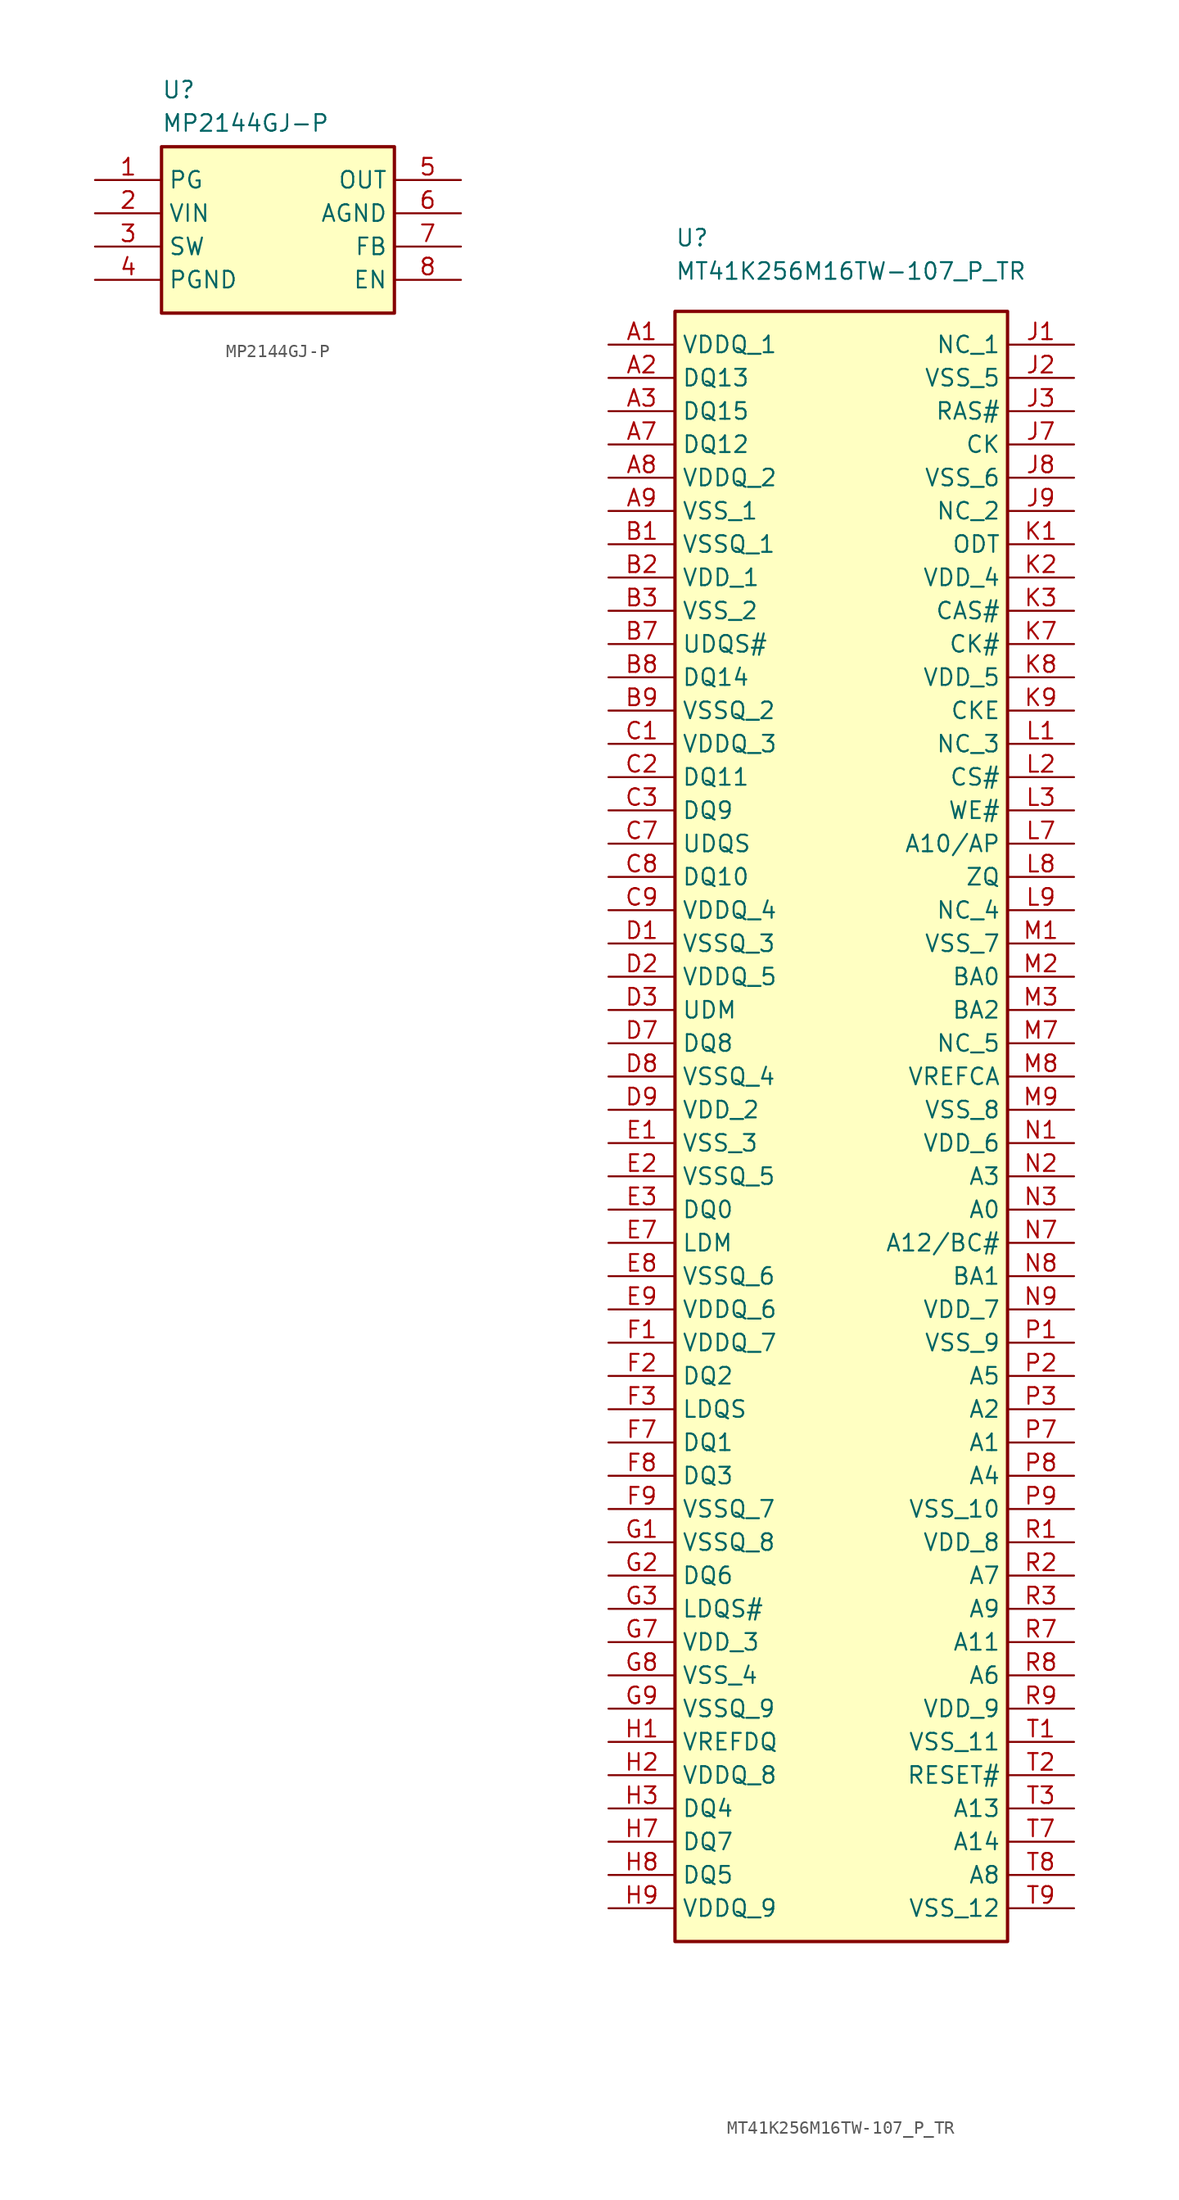
<source format=kicad_sym>
(kicad_symbol_lib
  (version 20241209)
  (generator "kicad_symbol_editor")
  (generator_version "9.0")
  (symbol "MP2144GJ-P"
    (property "Reference" "U"
      (at 5.08 7.62 0)
      (effects (font (size 1.27 1.27)) (justify left top)))
    (property "Value" "MP2144GJ-P"
      (at 5.08 5.08 0)
      (effects (font (size 1.27 1.27)) (justify left top)))
    (symbol "MP2144GJ-P_1_1"
      (rectangle (start 5.08 2.54) (end 22.86 -10.16) (stroke (width 0.254) (type default)) (fill (type background)))
      (pin passive line (at 0 0 0) (length 5.08) (name "PG" (effects (font (size 1.27 1.27)))) (number "1" (effects (font (size 1.27 1.27)))))
      (pin passive line (at 0 -2.54 0) (length 5.08) (name "VIN" (effects (font (size 1.27 1.27)))) (number "2" (effects (font (size 1.27 1.27)))))
      (pin passive line (at 0 -5.08 0) (length 5.08) (name "SW" (effects (font (size 1.27 1.27)))) (number "3" (effects (font (size 1.27 1.27)))))
      (pin passive line (at 0 -7.62 0) (length 5.08) (name "PGND" (effects (font (size 1.27 1.27)))) (number "4" (effects (font (size 1.27 1.27)))))
      (pin passive line (at 27.94 0 180) (length 5.08) (name "OUT" (effects (font (size 1.27 1.27)))) (number "5" (effects (font (size 1.27 1.27)))))
      (pin passive line (at 27.94 -2.54 180) (length 5.08) (name "AGND" (effects (font (size 1.27 1.27)))) (number "6" (effects (font (size 1.27 1.27)))))
      (pin passive line (at 27.94 -5.08 180) (length 5.08) (name "FB" (effects (font (size 1.27 1.27)))) (number "7" (effects (font (size 1.27 1.27)))))
      (pin passive line (at 27.94 -7.62 180) (length 5.08) (name "EN" (effects (font (size 1.27 1.27)))) (number "8" (effects (font (size 1.27 1.27)))))))
  (symbol "MT41K256M16TW-107_P_TR"
    (property "Reference" "U"
      (at 5.08 8.89 0)
      (effects (font (size 1.27 1.27)) (justify left top)))
    (property "Value" "MT41K256M16TW-107_P_TR"
      (at 5.08 6.35 0)
      (effects (font (size 1.27 1.27)) (justify left top)))
    (symbol "MT41K256M16TW-107_P_TR_1_1"
      (rectangle (start 5.08 2.54) (end 30.48 -121.92) (stroke (width 0.254) (type default)) (fill (type background)))
      (pin passive line (at 0 0 0) (length 5.08) (name "VDDQ_1" (effects (font (size 1.27 1.27)))) (number "A1" (effects (font (size 1.27 1.27)))))
      (pin passive line (at 0 -2.54 0) (length 5.08) (name "DQ13" (effects (font (size 1.27 1.27)))) (number "A2" (effects (font (size 1.27 1.27)))))
      (pin passive line (at 0 -5.08 0) (length 5.08) (name "DQ15" (effects (font (size 1.27 1.27)))) (number "A3" (effects (font (size 1.27 1.27)))))
      (pin passive line (at 0 -7.62 0) (length 5.08) (name "DQ12" (effects (font (size 1.27 1.27)))) (number "A7" (effects (font (size 1.27 1.27)))))
      (pin passive line (at 0 -10.16 0) (length 5.08) (name "VDDQ_2" (effects (font (size 1.27 1.27)))) (number "A8" (effects (font (size 1.27 1.27)))))
      (pin passive line (at 0 -12.7 0) (length 5.08) (name "VSS_1" (effects (font (size 1.27 1.27)))) (number "A9" (effects (font (size 1.27 1.27)))))
      (pin passive line (at 0 -15.24 0) (length 5.08) (name "VSSQ_1" (effects (font (size 1.27 1.27)))) (number "B1" (effects (font (size 1.27 1.27)))))
      (pin passive line (at 0 -17.78 0) (length 5.08) (name "VDD_1" (effects (font (size 1.27 1.27)))) (number "B2" (effects (font (size 1.27 1.27)))))
      (pin passive line (at 0 -20.32 0) (length 5.08) (name "VSS_2" (effects (font (size 1.27 1.27)))) (number "B3" (effects (font (size 1.27 1.27)))))
      (pin passive line (at 0 -22.86 0) (length 5.08) (name "UDQS#" (effects (font (size 1.27 1.27)))) (number "B7" (effects (font (size 1.27 1.27)))))
      (pin passive line (at 0 -25.4 0) (length 5.08) (name "DQ14" (effects (font (size 1.27 1.27)))) (number "B8" (effects (font (size 1.27 1.27)))))
      (pin passive line (at 0 -27.94 0) (length 5.08) (name "VSSQ_2" (effects (font (size 1.27 1.27)))) (number "B9" (effects (font (size 1.27 1.27)))))
      (pin passive line (at 0 -30.48 0) (length 5.08) (name "VDDQ_3" (effects (font (size 1.27 1.27)))) (number "C1" (effects (font (size 1.27 1.27)))))
      (pin passive line (at 0 -33.02 0) (length 5.08) (name "DQ11" (effects (font (size 1.27 1.27)))) (number "C2" (effects (font (size 1.27 1.27)))))
      (pin passive line (at 0 -35.56 0) (length 5.08) (name "DQ9" (effects (font (size 1.27 1.27)))) (number "C3" (effects (font (size 1.27 1.27)))))
      (pin passive line (at 0 -38.1 0) (length 5.08) (name "UDQS" (effects (font (size 1.27 1.27)))) (number "C7" (effects (font (size 1.27 1.27)))))
      (pin passive line (at 0 -40.64 0) (length 5.08) (name "DQ10" (effects (font (size 1.27 1.27)))) (number "C8" (effects (font (size 1.27 1.27)))))
      (pin passive line (at 0 -43.18 0) (length 5.08) (name "VDDQ_4" (effects (font (size 1.27 1.27)))) (number "C9" (effects (font (size 1.27 1.27)))))
      (pin passive line (at 0 -45.72 0) (length 5.08) (name "VSSQ_3" (effects (font (size 1.27 1.27)))) (number "D1" (effects (font (size 1.27 1.27)))))
      (pin passive line (at 0 -48.26 0) (length 5.08) (name "VDDQ_5" (effects (font (size 1.27 1.27)))) (number "D2" (effects (font (size 1.27 1.27)))))
      (pin passive line (at 0 -50.8 0) (length 5.08) (name "UDM" (effects (font (size 1.27 1.27)))) (number "D3" (effects (font (size 1.27 1.27)))))
      (pin passive line (at 0 -53.34 0) (length 5.08) (name "DQ8" (effects (font (size 1.27 1.27)))) (number "D7" (effects (font (size 1.27 1.27)))))
      (pin passive line (at 0 -55.88 0) (length 5.08) (name "VSSQ_4" (effects (font (size 1.27 1.27)))) (number "D8" (effects (font (size 1.27 1.27)))))
      (pin passive line (at 0 -58.42 0) (length 5.08) (name "VDD_2" (effects (font (size 1.27 1.27)))) (number "D9" (effects (font (size 1.27 1.27)))))
      (pin passive line (at 0 -60.96 0) (length 5.08) (name "VSS_3" (effects (font (size 1.27 1.27)))) (number "E1" (effects (font (size 1.27 1.27)))))
      (pin passive line (at 0 -63.5 0) (length 5.08) (name "VSSQ_5" (effects (font (size 1.27 1.27)))) (number "E2" (effects (font (size 1.27 1.27)))))
      (pin passive line (at 0 -66.04 0) (length 5.08) (name "DQ0" (effects (font (size 1.27 1.27)))) (number "E3" (effects (font (size 1.27 1.27)))))
      (pin passive line (at 0 -68.58 0) (length 5.08) (name "LDM" (effects (font (size 1.27 1.27)))) (number "E7" (effects (font (size 1.27 1.27)))))
      (pin passive line (at 0 -71.12 0) (length 5.08) (name "VSSQ_6" (effects (font (size 1.27 1.27)))) (number "E8" (effects (font (size 1.27 1.27)))))
      (pin passive line (at 0 -73.66 0) (length 5.08) (name "VDDQ_6" (effects (font (size 1.27 1.27)))) (number "E9" (effects (font (size 1.27 1.27)))))
      (pin passive line (at 0 -76.2 0) (length 5.08) (name "VDDQ_7" (effects (font (size 1.27 1.27)))) (number "F1" (effects (font (size 1.27 1.27)))))
      (pin passive line (at 0 -78.74 0) (length 5.08) (name "DQ2" (effects (font (size 1.27 1.27)))) (number "F2" (effects (font (size 1.27 1.27)))))
      (pin passive line (at 0 -81.28 0) (length 5.08) (name "LDQS" (effects (font (size 1.27 1.27)))) (number "F3" (effects (font (size 1.27 1.27)))))
      (pin passive line (at 0 -83.82 0) (length 5.08) (name "DQ1" (effects (font (size 1.27 1.27)))) (number "F7" (effects (font (size 1.27 1.27)))))
      (pin passive line (at 0 -86.36 0) (length 5.08) (name "DQ3" (effects (font (size 1.27 1.27)))) (number "F8" (effects (font (size 1.27 1.27)))))
      (pin passive line (at 0 -88.9 0) (length 5.08) (name "VSSQ_7" (effects (font (size 1.27 1.27)))) (number "F9" (effects (font (size 1.27 1.27)))))
      (pin passive line (at 0 -91.44 0) (length 5.08) (name "VSSQ_8" (effects (font (size 1.27 1.27)))) (number "G1" (effects (font (size 1.27 1.27)))))
      (pin passive line (at 0 -93.98 0) (length 5.08) (name "DQ6" (effects (font (size 1.27 1.27)))) (number "G2" (effects (font (size 1.27 1.27)))))
      (pin passive line (at 0 -96.52 0) (length 5.08) (name "LDQS#" (effects (font (size 1.27 1.27)))) (number "G3" (effects (font (size 1.27 1.27)))))
      (pin passive line (at 0 -99.06 0) (length 5.08) (name "VDD_3" (effects (font (size 1.27 1.27)))) (number "G7" (effects (font (size 1.27 1.27)))))
      (pin passive line (at 0 -101.6 0) (length 5.08) (name "VSS_4" (effects (font (size 1.27 1.27)))) (number "G8" (effects (font (size 1.27 1.27)))))
      (pin passive line (at 0 -104.14 0) (length 5.08) (name "VSSQ_9" (effects (font (size 1.27 1.27)))) (number "G9" (effects (font (size 1.27 1.27)))))
      (pin passive line (at 0 -106.68 0) (length 5.08) (name "VREFDQ" (effects (font (size 1.27 1.27)))) (number "H1" (effects (font (size 1.27 1.27)))))
      (pin passive line (at 0 -109.22 0) (length 5.08) (name "VDDQ_8" (effects (font (size 1.27 1.27)))) (number "H2" (effects (font (size 1.27 1.27)))))
      (pin passive line (at 0 -111.76 0) (length 5.08) (name "DQ4" (effects (font (size 1.27 1.27)))) (number "H3" (effects (font (size 1.27 1.27)))))
      (pin passive line (at 0 -114.3 0) (length 5.08) (name "DQ7" (effects (font (size 1.27 1.27)))) (number "H7" (effects (font (size 1.27 1.27)))))
      (pin passive line (at 0 -116.84 0) (length 5.08) (name "DQ5" (effects (font (size 1.27 1.27)))) (number "H8" (effects (font (size 1.27 1.27)))))
      (pin passive line (at 0 -119.38 0) (length 5.08) (name "VDDQ_9" (effects (font (size 1.27 1.27)))) (number "H9" (effects (font (size 1.27 1.27)))))
      (pin passive line (at 35.56 0 180) (length 5.08) (name "NC_1" (effects (font (size 1.27 1.27)))) (number "J1" (effects (font (size 1.27 1.27)))))
      (pin passive line (at 35.56 -2.54 180) (length 5.08) (name "VSS_5" (effects (font (size 1.27 1.27)))) (number "J2" (effects (font (size 1.27 1.27)))))
      (pin passive line (at 35.56 -5.08 180) (length 5.08) (name "RAS#" (effects (font (size 1.27 1.27)))) (number "J3" (effects (font (size 1.27 1.27)))))
      (pin passive line (at 35.56 -7.62 180) (length 5.08) (name "CK" (effects (font (size 1.27 1.27)))) (number "J7" (effects (font (size 1.27 1.27)))))
      (pin passive line (at 35.56 -10.16 180) (length 5.08) (name "VSS_6" (effects (font (size 1.27 1.27)))) (number "J8" (effects (font (size 1.27 1.27)))))
      (pin passive line (at 35.56 -12.7 180) (length 5.08) (name "NC_2" (effects (font (size 1.27 1.27)))) (number "J9" (effects (font (size 1.27 1.27)))))
      (pin passive line (at 35.56 -15.24 180) (length 5.08) (name "ODT" (effects (font (size 1.27 1.27)))) (number "K1" (effects (font (size 1.27 1.27)))))
      (pin passive line (at 35.56 -17.78 180) (length 5.08) (name "VDD_4" (effects (font (size 1.27 1.27)))) (number "K2" (effects (font (size 1.27 1.27)))))
      (pin passive line (at 35.56 -20.32 180) (length 5.08) (name "CAS#" (effects (font (size 1.27 1.27)))) (number "K3" (effects (font (size 1.27 1.27)))))
      (pin passive line (at 35.56 -22.86 180) (length 5.08) (name "CK#" (effects (font (size 1.27 1.27)))) (number "K7" (effects (font (size 1.27 1.27)))))
      (pin passive line (at 35.56 -25.4 180) (length 5.08) (name "VDD_5" (effects (font (size 1.27 1.27)))) (number "K8" (effects (font (size 1.27 1.27)))))
      (pin passive line (at 35.56 -27.94 180) (length 5.08) (name "CKE" (effects (font (size 1.27 1.27)))) (number "K9" (effects (font (size 1.27 1.27)))))
      (pin passive line (at 35.56 -30.48 180) (length 5.08) (name "NC_3" (effects (font (size 1.27 1.27)))) (number "L1" (effects (font (size 1.27 1.27)))))
      (pin passive line (at 35.56 -33.02 180) (length 5.08) (name "CS#" (effects (font (size 1.27 1.27)))) (number "L2" (effects (font (size 1.27 1.27)))))
      (pin passive line (at 35.56 -35.56 180) (length 5.08) (name "WE#" (effects (font (size 1.27 1.27)))) (number "L3" (effects (font (size 1.27 1.27)))))
      (pin passive line (at 35.56 -38.1 180) (length 5.08) (name "A10/AP" (effects (font (size 1.27 1.27)))) (number "L7" (effects (font (size 1.27 1.27)))))
      (pin passive line (at 35.56 -40.64 180) (length 5.08) (name "ZQ" (effects (font (size 1.27 1.27)))) (number "L8" (effects (font (size 1.27 1.27)))))
      (pin passive line (at 35.56 -43.18 180) (length 5.08) (name "NC_4" (effects (font (size 1.27 1.27)))) (number "L9" (effects (font (size 1.27 1.27)))))
      (pin passive line (at 35.56 -45.72 180) (length 5.08) (name "VSS_7" (effects (font (size 1.27 1.27)))) (number "M1" (effects (font (size 1.27 1.27)))))
      (pin passive line (at 35.56 -48.26 180) (length 5.08) (name "BA0" (effects (font (size 1.27 1.27)))) (number "M2" (effects (font (size 1.27 1.27)))))
      (pin passive line (at 35.56 -50.8 180) (length 5.08) (name "BA2" (effects (font (size 1.27 1.27)))) (number "M3" (effects (font (size 1.27 1.27)))))
      (pin passive line (at 35.56 -53.34 180) (length 5.08) (name "NC_5" (effects (font (size 1.27 1.27)))) (number "M7" (effects (font (size 1.27 1.27)))))
      (pin passive line (at 35.56 -55.88 180) (length 5.08) (name "VREFCA" (effects (font (size 1.27 1.27)))) (number "M8" (effects (font (size 1.27 1.27)))))
      (pin passive line (at 35.56 -58.42 180) (length 5.08) (name "VSS_8" (effects (font (size 1.27 1.27)))) (number "M9" (effects (font (size 1.27 1.27)))))
      (pin passive line (at 35.56 -60.96 180) (length 5.08) (name "VDD_6" (effects (font (size 1.27 1.27)))) (number "N1" (effects (font (size 1.27 1.27)))))
      (pin passive line (at 35.56 -63.5 180) (length 5.08) (name "A3" (effects (font (size 1.27 1.27)))) (number "N2" (effects (font (size 1.27 1.27)))))
      (pin passive line (at 35.56 -66.04 180) (length 5.08) (name "A0" (effects (font (size 1.27 1.27)))) (number "N3" (effects (font (size 1.27 1.27)))))
      (pin passive line (at 35.56 -68.58 180) (length 5.08) (name "A12/BC#" (effects (font (size 1.27 1.27)))) (number "N7" (effects (font (size 1.27 1.27)))))
      (pin passive line (at 35.56 -71.12 180) (length 5.08) (name "BA1" (effects (font (size 1.27 1.27)))) (number "N8" (effects (font (size 1.27 1.27)))))
      (pin passive line (at 35.56 -73.66 180) (length 5.08) (name "VDD_7" (effects (font (size 1.27 1.27)))) (number "N9" (effects (font (size 1.27 1.27)))))
      (pin passive line (at 35.56 -76.2 180) (length 5.08) (name "VSS_9" (effects (font (size 1.27 1.27)))) (number "P1" (effects (font (size 1.27 1.27)))))
      (pin passive line (at 35.56 -78.74 180) (length 5.08) (name "A5" (effects (font (size 1.27 1.27)))) (number "P2" (effects (font (size 1.27 1.27)))))
      (pin passive line (at 35.56 -81.28 180) (length 5.08) (name "A2" (effects (font (size 1.27 1.27)))) (number "P3" (effects (font (size 1.27 1.27)))))
      (pin passive line (at 35.56 -83.82 180) (length 5.08) (name "A1" (effects (font (size 1.27 1.27)))) (number "P7" (effects (font (size 1.27 1.27)))))
      (pin passive line (at 35.56 -86.36 180) (length 5.08) (name "A4" (effects (font (size 1.27 1.27)))) (number "P8" (effects (font (size 1.27 1.27)))))
      (pin passive line (at 35.56 -88.9 180) (length 5.08) (name "VSS_10" (effects (font (size 1.27 1.27)))) (number "P9" (effects (font (size 1.27 1.27)))))
      (pin passive line (at 35.56 -91.44 180) (length 5.08) (name "VDD_8" (effects (font (size 1.27 1.27)))) (number "R1" (effects (font (size 1.27 1.27)))))
      (pin passive line (at 35.56 -93.98 180) (length 5.08) (name "A7" (effects (font (size 1.27 1.27)))) (number "R2" (effects (font (size 1.27 1.27)))))
      (pin passive line (at 35.56 -96.52 180) (length 5.08) (name "A9" (effects (font (size 1.27 1.27)))) (number "R3" (effects (font (size 1.27 1.27)))))
      (pin passive line (at 35.56 -99.06 180) (length 5.08) (name "A11" (effects (font (size 1.27 1.27)))) (number "R7" (effects (font (size 1.27 1.27)))))
      (pin passive line (at 35.56 -101.6 180) (length 5.08) (name "A6" (effects (font (size 1.27 1.27)))) (number "R8" (effects (font (size 1.27 1.27)))))
      (pin passive line (at 35.56 -104.14 180) (length 5.08) (name "VDD_9" (effects (font (size 1.27 1.27)))) (number "R9" (effects (font (size 1.27 1.27)))))
      (pin passive line (at 35.56 -106.68 180) (length 5.08) (name "VSS_11" (effects (font (size 1.27 1.27)))) (number "T1" (effects (font (size 1.27 1.27)))))
      (pin passive line (at 35.56 -109.22 180) (length 5.08) (name "RESET#" (effects (font (size 1.27 1.27)))) (number "T2" (effects (font (size 1.27 1.27)))))
      (pin passive line (at 35.56 -111.76 180) (length 5.08) (name "A13" (effects (font (size 1.27 1.27)))) (number "T3" (effects (font (size 1.27 1.27)))))
      (pin passive line (at 35.56 -114.3 180) (length 5.08) (name "A14" (effects (font (size 1.27 1.27)))) (number "T7" (effects (font (size 1.27 1.27)))))
      (pin passive line (at 35.56 -116.84 180) (length 5.08) (name "A8" (effects (font (size 1.27 1.27)))) (number "T8" (effects (font (size 1.27 1.27)))))
      (pin passive line (at 35.56 -119.38 180) (length 5.08) (name "VSS_12" (effects (font (size 1.27 1.27)))) (number "T9" (effects (font (size 1.27 1.27))))))))
</source>
